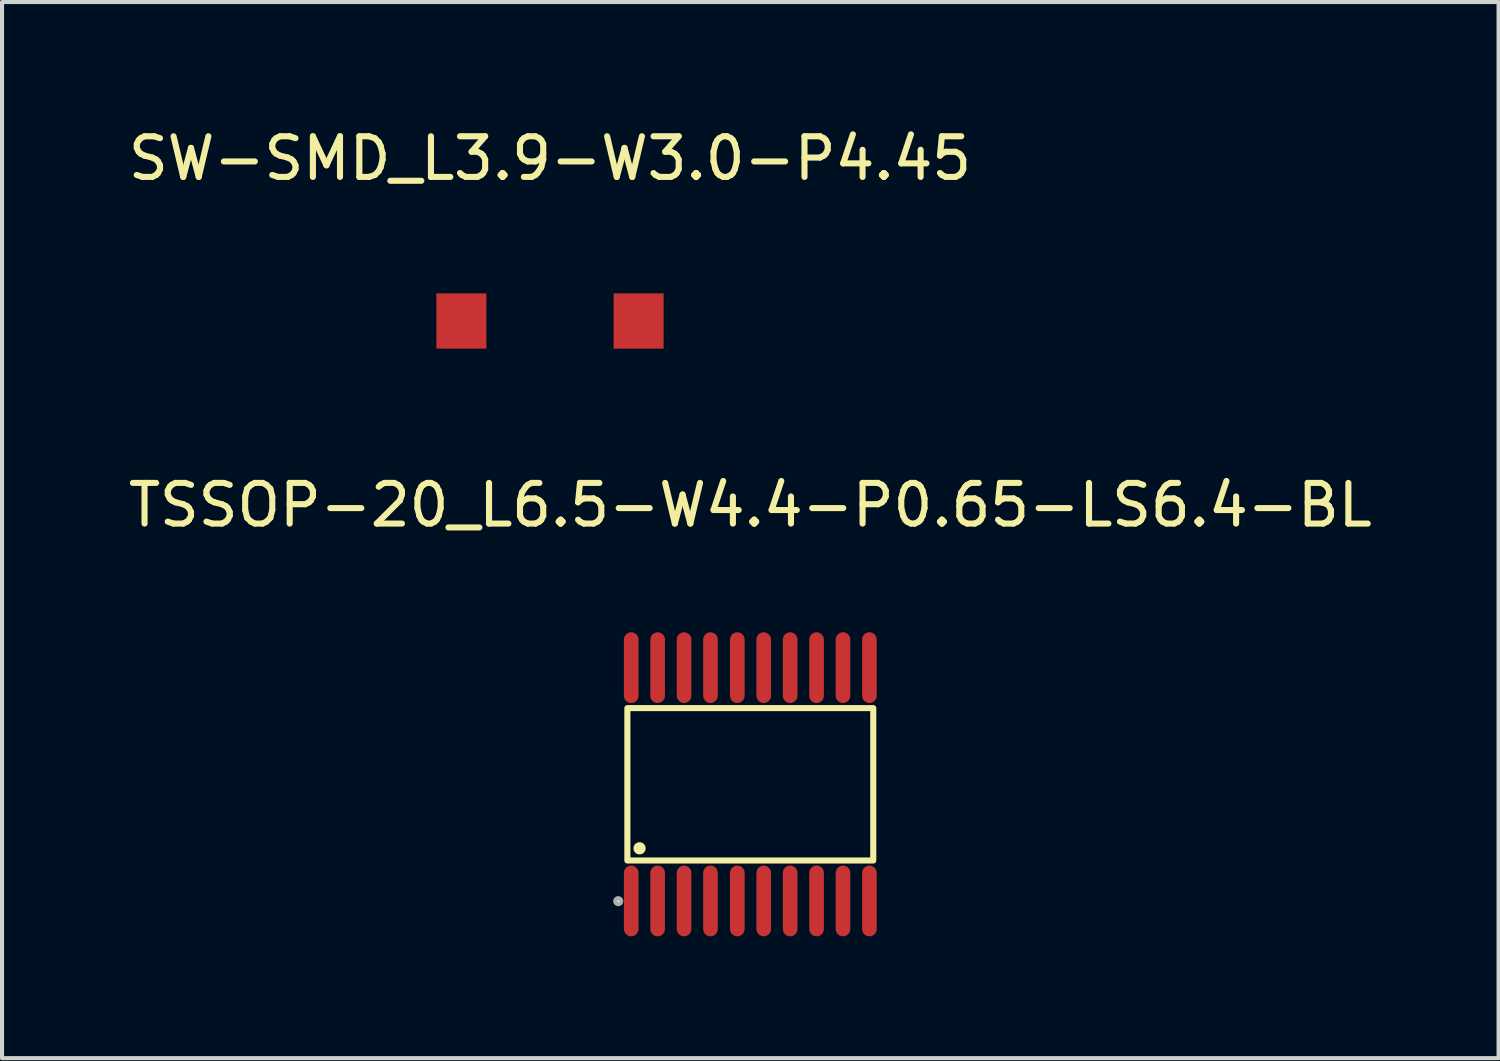
<source format=kicad_pcb>
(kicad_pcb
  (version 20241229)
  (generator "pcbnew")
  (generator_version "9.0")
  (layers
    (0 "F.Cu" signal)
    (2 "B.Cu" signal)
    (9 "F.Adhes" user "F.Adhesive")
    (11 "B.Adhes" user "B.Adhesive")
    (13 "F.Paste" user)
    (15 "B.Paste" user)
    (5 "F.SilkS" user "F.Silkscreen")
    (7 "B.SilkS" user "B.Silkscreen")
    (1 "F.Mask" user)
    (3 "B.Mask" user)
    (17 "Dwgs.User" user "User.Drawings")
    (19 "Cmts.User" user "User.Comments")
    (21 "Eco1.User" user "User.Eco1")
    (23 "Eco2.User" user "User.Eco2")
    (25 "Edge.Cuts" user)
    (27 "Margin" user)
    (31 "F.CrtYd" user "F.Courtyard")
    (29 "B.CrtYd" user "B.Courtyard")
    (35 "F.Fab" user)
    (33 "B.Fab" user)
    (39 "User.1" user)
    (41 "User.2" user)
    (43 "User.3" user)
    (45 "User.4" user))
  (footprint "SW-SMD_L3.9-W3.0-P4.45"
    (layer "F.Cu")
    (at 10.482 4.848)
    (property "Reference" "SW-SMD_L3.9-W3.0-P4.45" (at 0 -4 0) (layer "F.SilkS") (effects (font (size 1 1) (thickness 0.15))))
    (attr smd)
    (pad "1" smd rect (at -2.18 0) (size 1.23 1.36) (layers "F.Cu" "F.Mask" "F.Paste"))
    (pad "2" smd rect (at 2.18 0) (size 1.23 1.36) (layers "F.Cu" "F.Mask" "F.Paste")))
  (footprint "TSSOP-20_L6.5-W4.4-P0.65-LS6.4-BL"
    (layer "F.Cu")
    (at 15.411 16.247)
    (property "Reference" "TSSOP-20_L6.5-W4.4-P0.65-LS6.4-BL" (at 0 -6.87 0) (layer "F.SilkS") (effects (font (size 1 1) (thickness 0.15))))
    (attr smd)
    (fp_rect (start -3.025 -1.875) (end 3.025 1.875) (stroke (width 0.15) (type solid)) (fill no) (layer "F.SilkS"))
    (fp_circle (center -3.25 2.875) (end -3.175 2.875) (stroke (width 0) (type solid)) (fill yes) (layer "F.SilkS"))
    (fp_circle (center -2.725 1.575) (end -2.575 1.575) (stroke (width 0) (type solid)) (fill yes) (layer "F.SilkS"))
    (fp_circle (center -3.25 2.875) (end -3.175 2.875) (stroke (width 0.1) (type solid)) (fill no) (layer "F.Fab"))
    (pad "1" smd oval (at -2.93 2.87) (size 0.36 1.74) (layers "F.Cu" "F.Mask" "F.Paste"))
    (pad "2" smd oval (at -2.28 2.87) (size 0.36 1.74) (layers "F.Cu" "F.Mask" "F.Paste"))
    (pad "3" smd oval (at -1.63 2.87) (size 0.36 1.74) (layers "F.Cu" "F.Mask" "F.Paste"))
    (pad "4" smd oval (at -0.98 2.87) (size 0.36 1.74) (layers "F.Cu" "F.Mask" "F.Paste"))
    (pad "5" smd oval (at -0.32 2.87) (size 0.36 1.74) (layers "F.Cu" "F.Mask" "F.Paste"))
    (pad "6" smd oval (at 0.33 2.87) (size 0.36 1.74) (layers "F.Cu" "F.Mask" "F.Paste"))
    (pad "7" smd oval (at 0.98 2.87) (size 0.36 1.74) (layers "F.Cu" "F.Mask" "F.Paste"))
    (pad "8" smd oval (at 1.63 2.87) (size 0.36 1.74) (layers "F.Cu" "F.Mask" "F.Paste"))
    (pad "9" smd oval (at 2.28 2.87) (size 0.36 1.74) (layers "F.Cu" "F.Mask" "F.Paste"))
    (pad "10" smd oval (at 2.93 2.87) (size 0.36 1.74) (layers "F.Cu" "F.Mask" "F.Paste"))
    (pad "11" smd oval (at 2.93 -2.87) (size 0.36 1.74) (layers "F.Cu" "F.Mask" "F.Paste"))
    (pad "12" smd oval (at 2.28 -2.87) (size 0.36 1.74) (layers "F.Cu" "F.Mask" "F.Paste"))
    (pad "13" smd oval (at 1.63 -2.87) (size 0.36 1.74) (layers "F.Cu" "F.Mask" "F.Paste"))
    (pad "14" smd oval (at 0.98 -2.87) (size 0.36 1.74) (layers "F.Cu" "F.Mask" "F.Paste"))
    (pad "15" smd oval (at 0.33 -2.87) (size 0.36 1.74) (layers "F.Cu" "F.Mask" "F.Paste"))
    (pad "16" smd oval (at -0.32 -2.87) (size 0.36 1.74) (layers "F.Cu" "F.Mask" "F.Paste"))
    (pad "17" smd oval (at -0.98 -2.87) (size 0.36 1.74) (layers "F.Cu" "F.Mask" "F.Paste"))
    (pad "18" smd oval (at -1.63 -2.87) (size 0.36 1.74) (layers "F.Cu" "F.Mask" "F.Paste"))
    (pad "19" smd oval (at -2.28 -2.87) (size 0.36 1.74) (layers "F.Cu" "F.Mask" "F.Paste"))
    (pad "20" smd oval (at -2.93 -2.87) (size 0.36 1.74) (layers "F.Cu" "F.Mask" "F.Paste")))
  (gr_rect
    (start -3 -3)
    (end 33.821 22.986)
    (stroke (width 0.1) (type default))
    (fill no)
    (layer "Edge.Cuts")))
</source>
